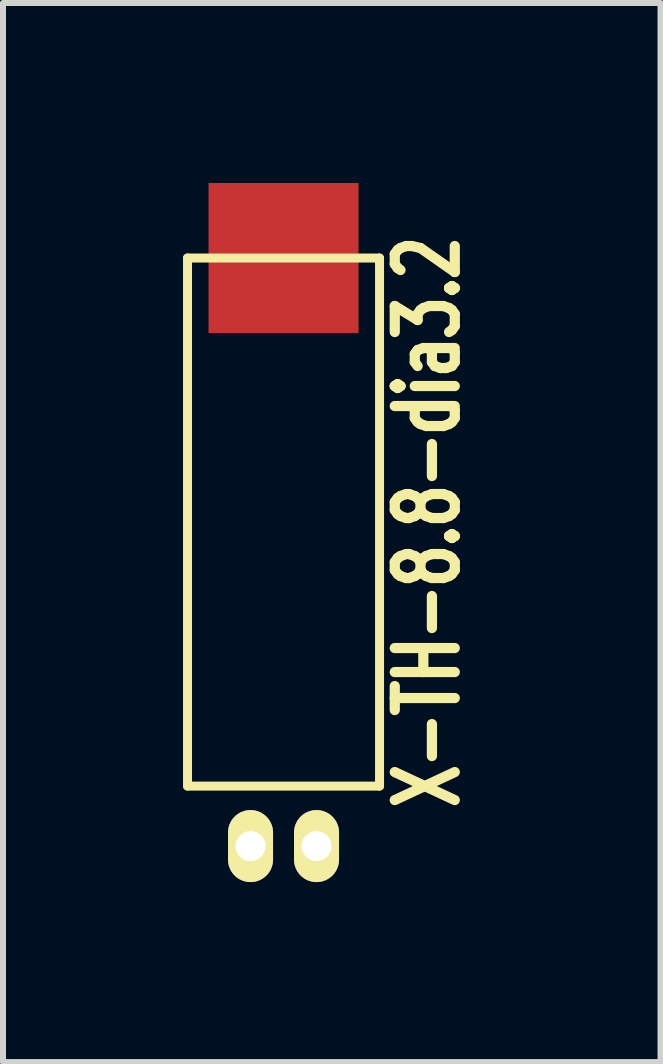
<source format=kicad_pcb>
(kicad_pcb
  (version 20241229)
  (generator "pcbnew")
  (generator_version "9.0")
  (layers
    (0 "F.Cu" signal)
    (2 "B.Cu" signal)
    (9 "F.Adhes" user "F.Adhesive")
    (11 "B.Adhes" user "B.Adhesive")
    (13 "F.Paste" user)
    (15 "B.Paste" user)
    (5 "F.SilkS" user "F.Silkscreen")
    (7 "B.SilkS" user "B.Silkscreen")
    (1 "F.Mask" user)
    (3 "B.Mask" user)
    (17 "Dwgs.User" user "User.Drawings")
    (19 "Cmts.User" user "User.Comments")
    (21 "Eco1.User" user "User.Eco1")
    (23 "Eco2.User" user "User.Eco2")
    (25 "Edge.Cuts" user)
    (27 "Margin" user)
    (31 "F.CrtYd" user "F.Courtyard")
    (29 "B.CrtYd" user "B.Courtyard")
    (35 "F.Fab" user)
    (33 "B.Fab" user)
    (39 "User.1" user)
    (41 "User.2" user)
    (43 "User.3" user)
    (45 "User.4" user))
  (footprint "X-TH-8.8-dia3.2"
    (layer "F.Cu")
    (at 1.675 10.05)
    (property "Reference" "X-TH-8.8-dia3.2" (at 2.4 -4.4 90) (layer "F.SilkS") (effects (font (size 1 0.7) (thickness 0.17))))
    (attr through_hole)
    (fp_line (start -1.6 -8.8) (end 1.6 -8.8) (stroke (width 0.15) (type solid)) (layer "F.SilkS"))
    (fp_line (start -1.6 0) (end -1.6 -8.8) (stroke (width 0.15) (type solid)) (layer "F.SilkS"))
    (fp_line (start 1.6 -8.8) (end 1.6 0) (stroke (width 0.15) (type solid)) (layer "F.SilkS"))
    (fp_line (start 1.6 0) (end -1.6 0) (stroke (width 0.15) (type solid)) (layer "F.SilkS"))
    (pad "1" thru_hole oval (at -0.55 1) (size 0.75 1.2) (drill 0.5) (layers "*.Cu" "*.Mask" "F.SilkS"))
    (pad "2" thru_hole oval (at 0.55 1) (size 0.75 1.2) (drill 0.5) (layers "*.Cu" "*.Mask" "F.SilkS"))
    (pad "~" connect rect (at 0 -8.8) (size 2.5 2.5) (layers "F.Cu" "F.Mask")))
  (gr_rect
    (start -3 -3)
    (end 7.958 14.65)
    (stroke (width 0.1) (type default))
    (fill no)
    (layer "Edge.Cuts")))
</source>
